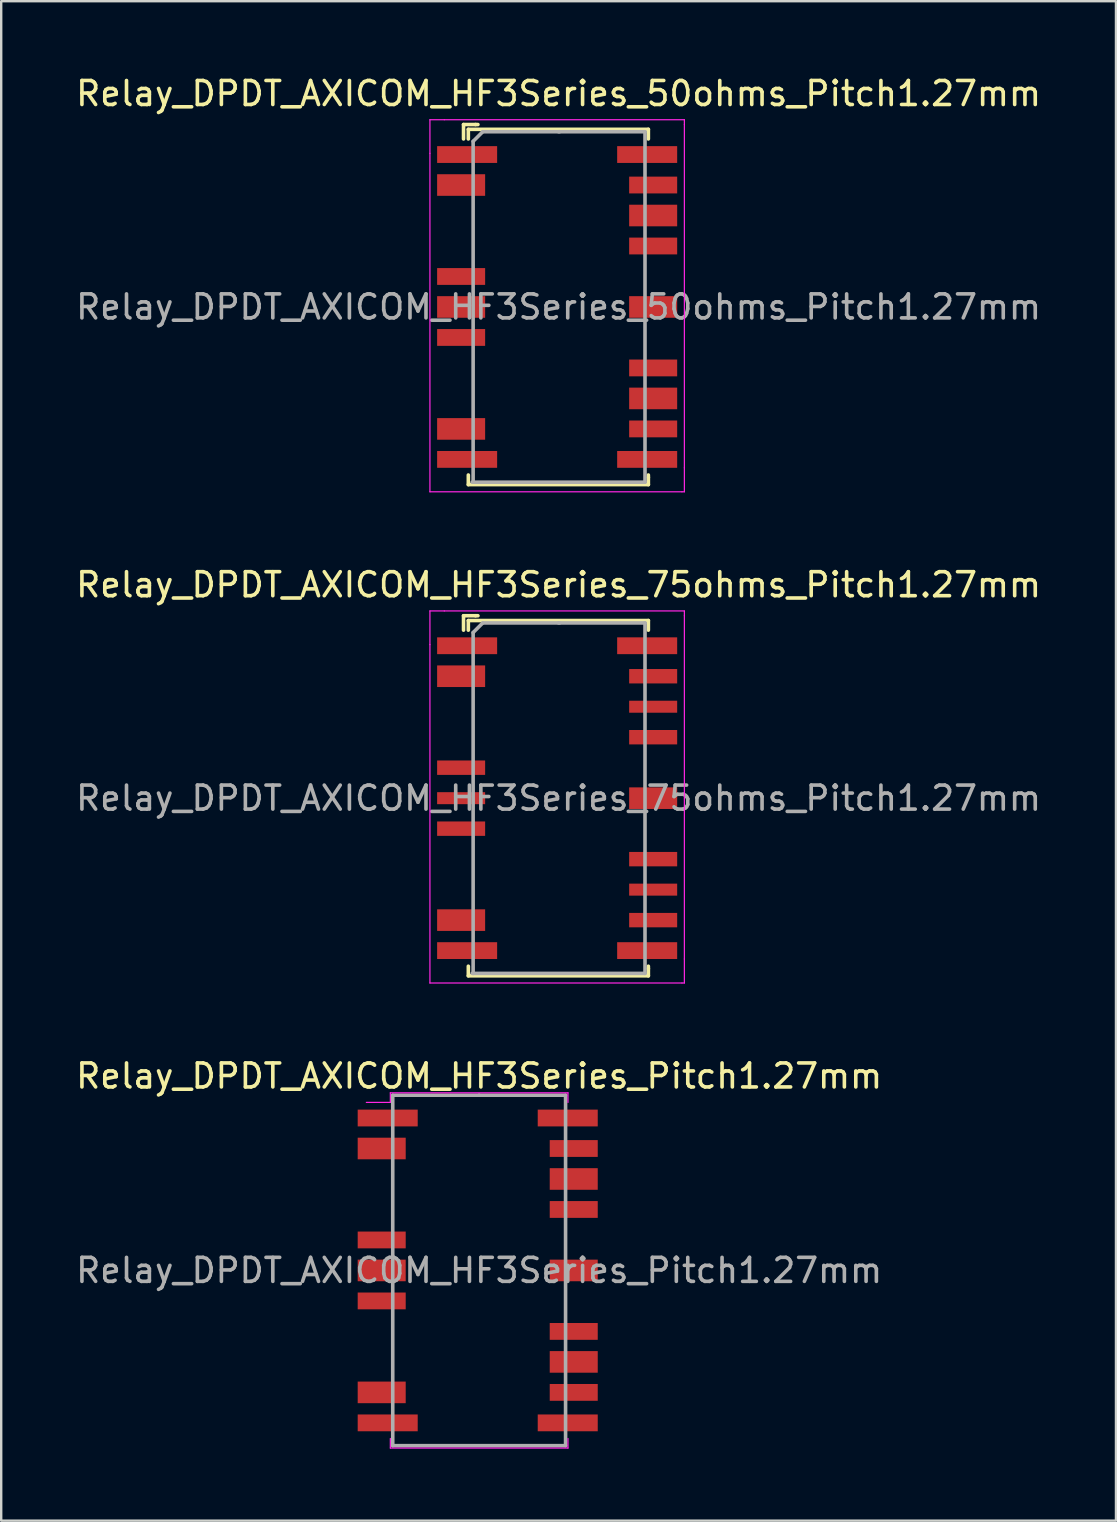
<source format=kicad_pcb>
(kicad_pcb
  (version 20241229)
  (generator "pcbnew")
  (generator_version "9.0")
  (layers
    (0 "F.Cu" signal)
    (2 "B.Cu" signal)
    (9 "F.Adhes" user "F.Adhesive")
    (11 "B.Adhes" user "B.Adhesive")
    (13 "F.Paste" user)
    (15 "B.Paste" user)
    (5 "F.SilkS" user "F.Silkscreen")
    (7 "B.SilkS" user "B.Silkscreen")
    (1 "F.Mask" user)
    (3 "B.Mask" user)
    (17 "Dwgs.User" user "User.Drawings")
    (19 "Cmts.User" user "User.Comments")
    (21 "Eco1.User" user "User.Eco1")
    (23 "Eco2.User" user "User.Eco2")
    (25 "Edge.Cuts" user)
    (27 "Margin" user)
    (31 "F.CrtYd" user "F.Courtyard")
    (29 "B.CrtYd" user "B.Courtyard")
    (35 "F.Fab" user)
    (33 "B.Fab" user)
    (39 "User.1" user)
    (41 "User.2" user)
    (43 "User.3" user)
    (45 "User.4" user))
  (footprint "Relay_DPDT_AXICOM_HF3Series_50ohms_Pitch1.27mm"
    (layer "F.Cu")
    (at 20.16 9.738)
    (property "Reference" "Relay_DPDT_AXICOM_HF3Series_50ohms_Pitch1.27mm" (at 0.06 -8.89 0) (layer "F.SilkS") (effects (font (size 1 1) (thickness 0.15))))
    (attr smd)
    (fp_line (start -3.9 -7.6) (end -3.4 -7.6) (stroke (width 0.15) (type solid)) (layer "F.SilkS"))
    (fp_line (start -3.9 -7) (end -3.9 -7.6) (stroke (width 0.15) (type solid)) (layer "F.SilkS"))
    (fp_line (start -3.7 -7.4) (end -3.7 -7) (stroke (width 0.15) (type solid)) (layer "F.SilkS"))
    (fp_line (start -3.7 7.4) (end -3.7 7) (stroke (width 0.15) (type solid)) (layer "F.SilkS"))
    (fp_line (start -3.4 -7.6) (end -3.3 -7.6) (stroke (width 0.15) (type solid)) (layer "F.SilkS"))
    (fp_line (start 3.8 -7.4) (end -3.7 -7.4) (stroke (width 0.15) (type solid)) (layer "F.SilkS"))
    (fp_line (start 3.8 -7) (end 3.8 -7.4) (stroke (width 0.15) (type solid)) (layer "F.SilkS"))
    (fp_line (start 3.8 7.1) (end 3.8 7) (stroke (width 0.15) (type solid)) (layer "F.SilkS"))
    (fp_line (start 3.8 7.1) (end 3.8 7.4) (stroke (width 0.15) (type solid)) (layer "F.SilkS"))
    (fp_line (start 3.8 7.4) (end -3.7 7.4) (stroke (width 0.15) (type solid)) (layer "F.SilkS"))
    (fp_line (start -5.3 -7.8) (end -5.3 -6.4) (stroke (width 0.05) (type solid)) (layer "F.CrtYd"))
    (fp_line (start -5.3 -6.4) (end -5.3 7.7) (stroke (width 0.05) (type solid)) (layer "F.CrtYd"))
    (fp_line (start -5.3 7.7) (end 5.2 7.7) (stroke (width 0.05) (type solid)) (layer "F.CrtYd"))
    (fp_line (start -4.7 -7.8) (end -5.3 -7.8) (stroke (width 0.05) (type solid)) (layer "F.CrtYd"))
    (fp_line (start 5.2 7.7) (end 5.3 7.7) (stroke (width 0.05) (type solid)) (layer "F.CrtYd"))
    (fp_line (start 5.3 -7.8) (end -4.7 -7.8) (stroke (width 0.05) (type solid)) (layer "F.CrtYd"))
    (fp_line (start 5.3 -7.6) (end 5.3 -7.8) (stroke (width 0.05) (type solid)) (layer "F.CrtYd"))
    (fp_line (start 5.3 6.7) (end 5.3 -7.6) (stroke (width 0.05) (type solid)) (layer "F.CrtYd"))
    (fp_line (start 5.3 7.7) (end 5.3 6.7) (stroke (width 0.05) (type solid)) (layer "F.CrtYd"))
    (fp_line (start -3.5 -6.9) (end -3.1 -7.3) (stroke (width 0.15) (type solid)) (layer "F.Fab"))
    (fp_line (start -3.5 7.3) (end -3.5 -6.9) (stroke (width 0.15) (type solid)) (layer "F.Fab"))
    (fp_line (start -3.1 -7.3) (end 0.1 -7.3) (stroke (width 0.15) (type solid)) (layer "F.Fab"))
    (fp_line (start 0.06 -7.3) (end 3.66 -7.3) (stroke (width 0.15) (type solid)) (layer "F.Fab"))
    (fp_line (start 3.66 -7.3) (end 3.66 7.3) (stroke (width 0.15) (type solid)) (layer "F.Fab"))
    (fp_line (start 3.66 7.3) (end -3.54 7.3) (stroke (width 0.15) (type solid)) (layer "F.Fab"))
    (fp_text user "${REFERENCE}" (at 0.06 0 0) (layer "F.Fab") (effects (font (size 1 1) (thickness 0.15))))
    (pad "1" smd rect (at -3.75 -6.35) (size 2.5 0.7) (layers "F.Cu" "F.Mask" "F.Paste"))
    (pad "2" smd rect (at -4 -5.08) (size 2 0.9) (layers "F.Cu" "F.Mask" "F.Paste"))
    (pad "5" smd rect (at -4 -1.27) (size 2 0.7) (layers "F.Cu" "F.Mask" "F.Paste"))
    (pad "6" smd rect (at -4 0) (size 2 0.9) (layers "F.Cu" "F.Mask" "F.Paste"))
    (pad "7" smd rect (at -4 1.27) (size 2 0.7) (layers "F.Cu" "F.Mask" "F.Paste"))
    (pad "10" smd rect (at -4 5.08) (size 2 0.9) (layers "F.Cu" "F.Mask" "F.Paste"))
    (pad "11" smd rect (at -3.75 6.35) (size 2.5 0.7) (layers "F.Cu" "F.Mask" "F.Paste"))
    (pad "12" smd rect (at 3.75 6.35) (size 2.5 0.7) (layers "F.Cu" "F.Mask" "F.Paste"))
    (pad "13" smd rect (at 4 5.08) (size 2 0.7) (layers "F.Cu" "F.Mask" "F.Paste"))
    (pad "14" smd rect (at 4 3.81) (size 2 0.9) (layers "F.Cu" "F.Mask" "F.Paste"))
    (pad "15" smd rect (at 4 2.54) (size 2 0.7) (layers "F.Cu" "F.Mask" "F.Paste"))
    (pad "17" smd rect (at 4 0) (size 2 0.9) (layers "F.Cu" "F.Mask" "F.Paste"))
    (pad "19" smd rect (at 4 -2.54) (size 2 0.7) (layers "F.Cu" "F.Mask" "F.Paste"))
    (pad "20" smd rect (at 4 -3.81) (size 2 0.9) (layers "F.Cu" "F.Mask" "F.Paste"))
    (pad "21" smd rect (at 4 -5.08) (size 2 0.7) (layers "F.Cu" "F.Mask" "F.Paste"))
    (pad "22" smd rect (at 3.75 -6.35) (size 2.5 0.7) (layers "F.Cu" "F.Mask" "F.Paste")))
  (footprint "Relay_DPDT_AXICOM_HF3Series_75ohms_Pitch1.27mm"
    (layer "F.Cu")
    (at 20.16 30.201)
    (property "Reference" "Relay_DPDT_AXICOM_HF3Series_75ohms_Pitch1.27mm" (at 0.06 -8.89 0) (layer "F.SilkS") (effects (font (size 1 1) (thickness 0.15))))
    (attr smd)
    (fp_line (start -3.9 -7.6) (end -3.4 -7.6) (stroke (width 0.15) (type solid)) (layer "F.SilkS"))
    (fp_line (start -3.9 -7) (end -3.9 -7.6) (stroke (width 0.15) (type solid)) (layer "F.SilkS"))
    (fp_line (start -3.7 -7.4) (end -3.7 -7) (stroke (width 0.15) (type solid)) (layer "F.SilkS"))
    (fp_line (start -3.7 7.4) (end -3.7 7) (stroke (width 0.15) (type solid)) (layer "F.SilkS"))
    (fp_line (start -3.4 -7.6) (end -3.3 -7.6) (stroke (width 0.15) (type solid)) (layer "F.SilkS"))
    (fp_line (start 3.8 -7.4) (end -3.7 -7.4) (stroke (width 0.15) (type solid)) (layer "F.SilkS"))
    (fp_line (start 3.8 -7) (end 3.8 -7.4) (stroke (width 0.15) (type solid)) (layer "F.SilkS"))
    (fp_line (start 3.8 7.1) (end 3.8 7) (stroke (width 0.15) (type solid)) (layer "F.SilkS"))
    (fp_line (start 3.8 7.1) (end 3.8 7.4) (stroke (width 0.15) (type solid)) (layer "F.SilkS"))
    (fp_line (start 3.8 7.4) (end -3.7 7.4) (stroke (width 0.15) (type solid)) (layer "F.SilkS"))
    (fp_line (start -5.3 -7.8) (end -5.3 -6.4) (stroke (width 0.05) (type solid)) (layer "F.CrtYd"))
    (fp_line (start -5.3 -6.4) (end -5.3 7.7) (stroke (width 0.05) (type solid)) (layer "F.CrtYd"))
    (fp_line (start -5.3 7.7) (end 5.2 7.7) (stroke (width 0.05) (type solid)) (layer "F.CrtYd"))
    (fp_line (start -4.7 -7.8) (end -5.3 -7.8) (stroke (width 0.05) (type solid)) (layer "F.CrtYd"))
    (fp_line (start 5.2 7.7) (end 5.3 7.7) (stroke (width 0.05) (type solid)) (layer "F.CrtYd"))
    (fp_line (start 5.3 -7.8) (end -4.7 -7.8) (stroke (width 0.05) (type solid)) (layer "F.CrtYd"))
    (fp_line (start 5.3 -7.6) (end 5.3 -7.8) (stroke (width 0.05) (type solid)) (layer "F.CrtYd"))
    (fp_line (start 5.3 6.7) (end 5.3 -7.6) (stroke (width 0.05) (type solid)) (layer "F.CrtYd"))
    (fp_line (start 5.3 7.7) (end 5.3 6.7) (stroke (width 0.05) (type solid)) (layer "F.CrtYd"))
    (fp_line (start -3.5 -6.9) (end -3.1 -7.3) (stroke (width 0.15) (type solid)) (layer "F.Fab"))
    (fp_line (start -3.5 7.3) (end -3.5 -6.9) (stroke (width 0.15) (type solid)) (layer "F.Fab"))
    (fp_line (start -3.1 -7.3) (end 0.1 -7.3) (stroke (width 0.15) (type solid)) (layer "F.Fab"))
    (fp_line (start 0.06 -7.3) (end 3.66 -7.3) (stroke (width 0.15) (type solid)) (layer "F.Fab"))
    (fp_line (start 3.66 -7.3) (end 3.66 7.3) (stroke (width 0.15) (type solid)) (layer "F.Fab"))
    (fp_line (start 3.66 7.3) (end -3.54 7.3) (stroke (width 0.15) (type solid)) (layer "F.Fab"))
    (fp_text user "${REFERENCE}" (at 0.06 0 0) (layer "F.Fab") (effects (font (size 1 1) (thickness 0.15))))
    (pad "1" smd rect (at -3.75 -6.35) (size 2.5 0.7) (layers "F.Cu" "F.Mask" "F.Paste"))
    (pad "2" smd rect (at -4 -5.08) (size 2 0.9) (layers "F.Cu" "F.Mask" "F.Paste"))
    (pad "5" smd rect (at -4 -1.27) (size 2 0.6) (layers "F.Cu" "F.Mask" "F.Paste"))
    (pad "6" smd rect (at -4 0) (size 2 0.5) (layers "F.Cu" "F.Mask" "F.Paste"))
    (pad "7" smd rect (at -4 1.27) (size 2 0.6) (layers "F.Cu" "F.Mask" "F.Paste"))
    (pad "10" smd rect (at -4 5.08) (size 2 0.9) (layers "F.Cu" "F.Mask" "F.Paste"))
    (pad "11" smd rect (at -3.75 6.35) (size 2.5 0.7) (layers "F.Cu" "F.Mask" "F.Paste"))
    (pad "12" smd rect (at 3.75 6.35) (size 2.5 0.7) (layers "F.Cu" "F.Mask" "F.Paste"))
    (pad "13" smd rect (at 4 5.08) (size 2 0.6) (layers "F.Cu" "F.Mask" "F.Paste"))
    (pad "14" smd rect (at 4 3.81) (size 2 0.5) (layers "F.Cu" "F.Mask" "F.Paste"))
    (pad "15" smd rect (at 4 2.54) (size 2 0.6) (layers "F.Cu" "F.Mask" "F.Paste"))
    (pad "17" smd rect (at 4 0) (size 2 0.9) (layers "F.Cu" "F.Mask" "F.Paste"))
    (pad "19" smd rect (at 4 -2.54) (size 2 0.6) (layers "F.Cu" "F.Mask" "F.Paste"))
    (pad "20" smd rect (at 4 -3.81) (size 2 0.5) (layers "F.Cu" "F.Mask" "F.Paste"))
    (pad "21" smd rect (at 4 -5.08) (size 2 0.6) (layers "F.Cu" "F.Mask" "F.Paste"))
    (pad "22" smd rect (at 3.75 -6.35) (size 2.5 0.7) (layers "F.Cu" "F.Mask" "F.Paste")))
  (footprint "Relay_DPDT_AXICOM_HF3Series_Pitch1.27mm"
    (layer "F.Cu")
    (at 16.851 49.875)
    (property "Reference" "Relay_DPDT_AXICOM_HF3Series_Pitch1.27mm" (at 0.06 -8.1 0) (layer "F.SilkS") (effects (font (size 1 1) (thickness 0.15))))
    (attr smd)
    (fp_line (start -3.64 -7.4) (end -3.64 -7) (stroke (width 0.05) (type solid)) (layer "F.CrtYd"))
    (fp_line (start -3.64 -7) (end -4.64 -7) (stroke (width 0.05) (type solid)) (layer "F.CrtYd"))
    (fp_line (start -3.64 7.4) (end -3.64 7) (stroke (width 0.05) (type solid)) (layer "F.CrtYd"))
    (fp_line (start 3.76 -7.4) (end -3.64 -7.4) (stroke (width 0.05) (type solid)) (layer "F.CrtYd"))
    (fp_line (start 3.76 -7) (end 3.76 -7.4) (stroke (width 0.05) (type solid)) (layer "F.CrtYd"))
    (fp_line (start 3.76 7) (end 3.76 7.4) (stroke (width 0.05) (type solid)) (layer "F.CrtYd"))
    (fp_line (start 3.76 7.4) (end -3.64 7.4) (stroke (width 0.05) (type solid)) (layer "F.CrtYd"))
    (fp_line (start -3.54 -7.3) (end 0.06 -7.3) (stroke (width 0.15) (type solid)) (layer "F.Fab"))
    (fp_line (start -3.54 7.3) (end -3.54 -7.3) (stroke (width 0.15) (type solid)) (layer "F.Fab"))
    (fp_line (start 0.06 -7.3) (end 3.66 -7.3) (stroke (width 0.15) (type solid)) (layer "F.Fab"))
    (fp_line (start 3.66 -7.3) (end 3.66 7.3) (stroke (width 0.15) (type solid)) (layer "F.Fab"))
    (fp_line (start 3.66 7.3) (end -3.54 7.3) (stroke (width 0.15) (type solid)) (layer "F.Fab"))
    (fp_text user "${REFERENCE}" (at 0.06 0 0) (layer "F.Fab") (effects (font (size 1 1) (thickness 0.15))))
    (pad "1" smd rect (at -3.75 -6.35) (size 2.5 0.7) (layers "F.Cu" "F.Mask" "F.Paste"))
    (pad "2" smd rect (at -4 -5.08) (size 2 0.9) (layers "F.Cu" "F.Mask" "F.Paste"))
    (pad "5" smd rect (at -4 -1.27) (size 2 0.7) (layers "F.Cu" "F.Mask" "F.Paste"))
    (pad "6" smd rect (at -4 0) (size 2 0.9) (layers "F.Cu" "F.Mask" "F.Paste"))
    (pad "7" smd rect (at -4 1.27) (size 2 0.7) (layers "F.Cu" "F.Mask" "F.Paste"))
    (pad "10" smd rect (at -4 5.08) (size 2 0.9) (layers "F.Cu" "F.Mask" "F.Paste"))
    (pad "11" smd rect (at -3.75 6.35) (size 2.5 0.7) (layers "F.Cu" "F.Mask" "F.Paste"))
    (pad "12" smd rect (at 3.75 6.35) (size 2.5 0.7) (layers "F.Cu" "F.Mask" "F.Paste"))
    (pad "13" smd rect (at 4 5.08) (size 2 0.7) (layers "F.Cu" "F.Mask" "F.Paste"))
    (pad "14" smd rect (at 4 3.81) (size 2 0.9) (layers "F.Cu" "F.Mask" "F.Paste"))
    (pad "15" smd rect (at 4 2.54) (size 2 0.7) (layers "F.Cu" "F.Mask" "F.Paste"))
    (pad "17" smd rect (at 4 0) (size 2 0.9) (layers "F.Cu" "F.Mask" "F.Paste"))
    (pad "19" smd rect (at 4 -2.54) (size 2 0.7) (layers "F.Cu" "F.Mask" "F.Paste"))
    (pad "20" smd rect (at 4 -3.81) (size 2 0.9) (layers "F.Cu" "F.Mask" "F.Paste"))
    (pad "21" smd rect (at 4 -5.08) (size 2 0.7) (layers "F.Cu" "F.Mask" "F.Paste"))
    (pad "22" smd rect (at 3.75 -6.35) (size 2.5 0.7) (layers "F.Cu" "F.Mask" "F.Paste")))
  (gr_rect
    (start -3 -3)
    (end 43.44 60.3)
    (stroke (width 0.1) (type default))
    (fill no)
    (layer "Edge.Cuts")))
</source>
